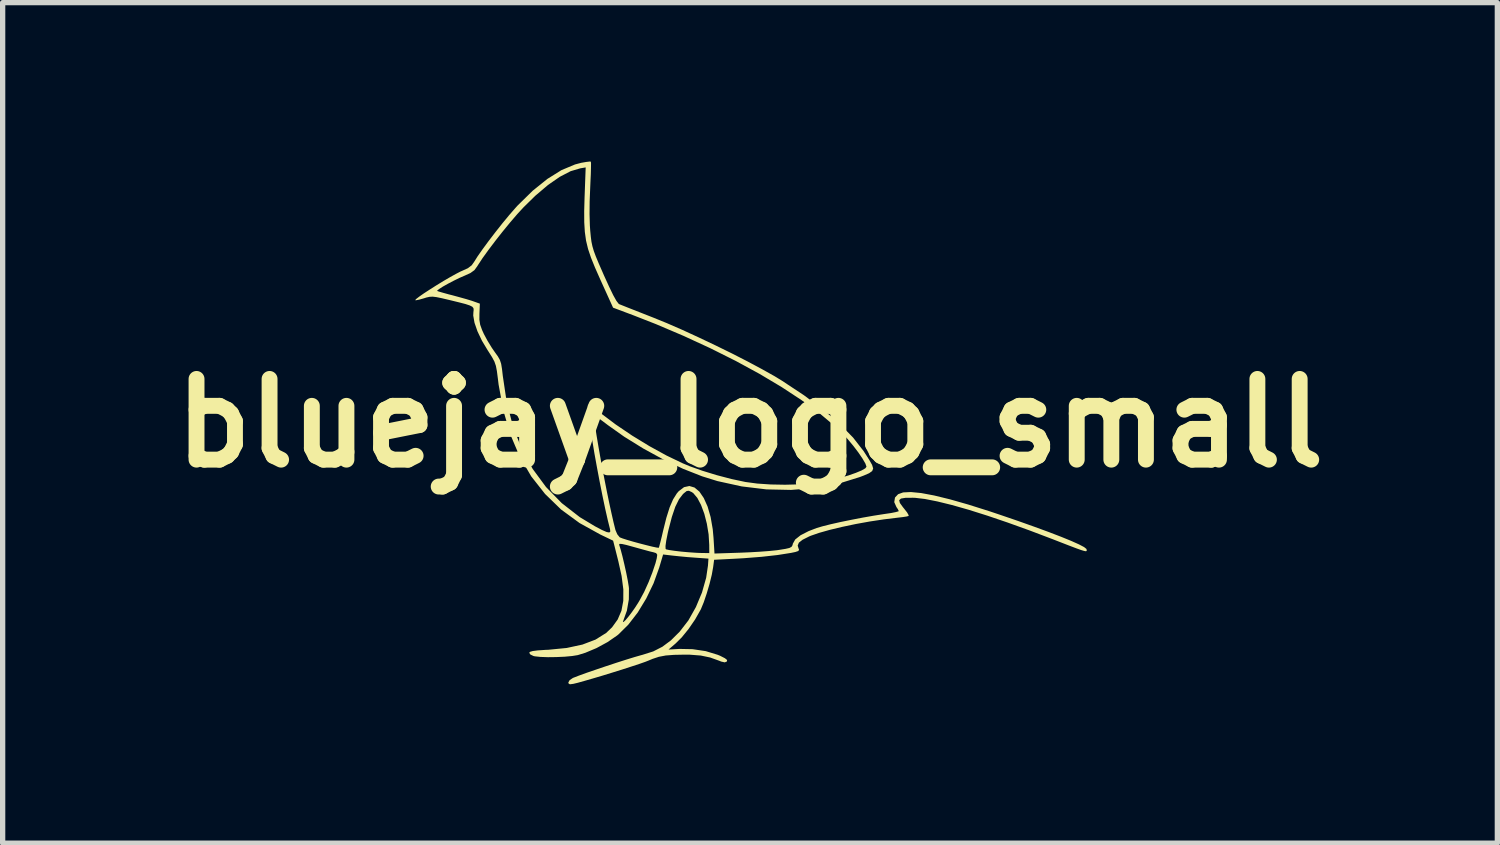
<source format=kicad_pcb>
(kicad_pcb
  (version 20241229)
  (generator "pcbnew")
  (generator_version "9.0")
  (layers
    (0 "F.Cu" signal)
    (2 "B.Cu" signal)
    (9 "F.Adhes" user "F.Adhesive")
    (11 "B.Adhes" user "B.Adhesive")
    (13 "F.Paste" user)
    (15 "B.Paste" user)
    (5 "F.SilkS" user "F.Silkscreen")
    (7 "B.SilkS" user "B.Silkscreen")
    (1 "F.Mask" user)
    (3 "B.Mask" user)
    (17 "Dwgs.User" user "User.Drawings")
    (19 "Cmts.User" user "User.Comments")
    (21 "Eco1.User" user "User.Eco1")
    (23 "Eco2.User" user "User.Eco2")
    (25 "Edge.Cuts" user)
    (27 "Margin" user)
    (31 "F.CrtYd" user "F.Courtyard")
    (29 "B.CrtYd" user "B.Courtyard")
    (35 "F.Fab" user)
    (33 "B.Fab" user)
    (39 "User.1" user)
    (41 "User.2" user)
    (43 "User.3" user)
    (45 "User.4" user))
  (footprint "bluejay_logo_small"
    (layer "F.Cu")
    (at 11.111 4.939)
    (property "Reference" "bluejay_logo_small" (at 0 0 0) (layer "F.SilkS") (effects (font (size 1.524 1.524) (thickness 0.3))))
    (attr board_only exclude_from_pos_files exclude_from_bom)
    (fp_poly (pts (xy -3.005 -4.937) (xy -3.002 -4.904) (xy -3.003 -4.823) (xy -3.006 -4.702) (xy -3.013 -4.553) (xy -3.018 -4.435) (xy -3.028 -4.187) (xy -3.03 -3.946) (xy -3.024 -3.734) (xy -3.017 -3.631) (xy -3.006 -3.518) (xy -2.994 -3.425) (xy -2.976 -3.34) (xy -2.95 -3.251) (xy -2.911 -3.146) (xy -2.856 -3.014) (xy -2.781 -2.843) (xy -2.759 -2.792) (xy -2.661 -2.577) (xy -2.583 -2.416) (xy -2.523 -2.309) (xy -2.48 -2.253) (xy -2.469 -2.246) (xy -2.424 -2.228) (xy -2.334 -2.192) (xy -2.207 -2.142) (xy -2.052 -2.081) (xy -1.879 -2.013) (xy -1.833 -1.995) (xy -1.57 -1.888) (xy -1.279 -1.761) (xy -0.97 -1.619) (xy -0.654 -1.469) (xy -0.342 -1.316) (xy -0.045 -1.164) (xy 0.226 -1.019) (xy 0.462 -0.887) (xy 0.606 -0.799) (xy 1.02 -0.525) (xy 1.383 -0.254) (xy 1.692 0.013) (xy 1.946 0.273) (xy 2.143 0.526) (xy 2.162 0.555) (xy 2.25 0.692) (xy 2.305 0.789) (xy 2.325 0.857) (xy 2.306 0.905) (xy 2.248 0.946) (xy 2.149 0.989) (xy 2.07 1.019) (xy 1.664 1.145) (xy 1.23 1.226) (xy 0.775 1.261) (xy 0.31 1.251) (xy -0.156 1.195) (xy -0.616 1.094) (xy -0.905 1.004) (xy -1.263 0.863) (xy -1.639 0.685) (xy -2.016 0.479) (xy -2.376 0.256) (xy -2.683 0.038) (xy -2.785 -0.039) (xy -2.869 -0.1) (xy -2.924 -0.139) (xy -2.94 -0.148) (xy -2.944 -0.12) (xy -2.938 -0.042) (xy -2.921 0.079) (xy -2.897 0.236) (xy -2.866 0.42) (xy -2.83 0.626) (xy -2.79 0.844) (xy -2.747 1.068) (xy -2.703 1.291) (xy -2.659 1.504) (xy -2.616 1.701) (xy -2.577 1.873) (xy -2.542 2.014) (xy -2.541 2.018) (xy -2.507 2.098) (xy -2.462 2.154) (xy -2.453 2.159) (xy -2.404 2.178) (xy -2.316 2.206) (xy -2.203 2.239) (xy -2.078 2.273) (xy -1.954 2.305) (xy -1.845 2.332) (xy -1.764 2.349) (xy -1.724 2.354) (xy -1.723 2.353) (xy -1.712 2.322) (xy -1.712 2.32) (xy -1.596 2.32) (xy -1.594 2.373) (xy -1.585 2.383) (xy -1.526 2.396) (xy -1.424 2.411) (xy -1.297 2.426) (xy -1.161 2.438) (xy -1.032 2.447) (xy -0.954 2.451) (xy -0.769 2.454) (xy -0.77 2.299) (xy -0.782 2.1) (xy -0.815 1.9) (xy -0.863 1.712) (xy -0.925 1.545) (xy -0.995 1.412) (xy -1.071 1.322) (xy -1.1 1.302) (xy -1.155 1.277) (xy -1.196 1.282) (xy -1.248 1.323) (xy -1.267 1.341) (xy -1.341 1.437) (xy -1.411 1.579) (xy -1.476 1.771) (xy -1.54 2.017) (xy -1.551 2.065) (xy -1.582 2.218) (xy -1.596 2.32) (xy -1.712 2.32) (xy -1.692 2.245) (xy -1.665 2.136) (xy -1.642 2.036) (xy -1.58 1.788) (xy -1.518 1.591) (xy -1.453 1.44) (xy -1.382 1.327) (xy -1.347 1.286) (xy -1.246 1.209) (xy -1.145 1.187) (xy -1.048 1.216) (xy -0.956 1.293) (xy -0.873 1.415) (xy -0.801 1.576) (xy -0.744 1.773) (xy -0.704 2.003) (xy -0.689 2.17) (xy -0.671 2.462) (xy -0.18 2.446) (xy 0.007 2.438) (xy 0.195 2.427) (xy 0.366 2.414) (xy 0.504 2.4) (xy 0.552 2.393) (xy 0.67 2.374) (xy 0.743 2.357) (xy 0.783 2.336) (xy 0.802 2.305) (xy 0.809 2.275) (xy 0.853 2.197) (xy 0.954 2.117) (xy 1.106 2.039) (xy 1.259 1.98) (xy 1.368 1.948) (xy 1.523 1.909) (xy 1.709 1.867) (xy 1.915 1.825) (xy 2.127 1.784) (xy 2.332 1.748) (xy 2.517 1.719) (xy 2.55 1.714) (xy 2.665 1.697) (xy 2.754 1.679) (xy 2.803 1.665) (xy 2.808 1.66) (xy 2.791 1.624) (xy 2.764 1.584) (xy 2.723 1.492) (xy 2.737 1.405) (xy 2.796 1.342) (xy 2.891 1.308) (xy 3.037 1.301) (xy 3.231 1.32) (xy 3.477 1.366) (xy 3.772 1.438) (xy 4.12 1.537) (xy 4.519 1.663) (xy 4.716 1.729) (xy 5.058 1.846) (xy 5.367 1.956) (xy 5.64 2.056) (xy 5.874 2.146) (xy 6.065 2.224) (xy 6.21 2.289) (xy 6.307 2.34) (xy 6.351 2.375) (xy 6.353 2.38) (xy 6.357 2.4) (xy 6.355 2.414) (xy 6.341 2.419) (xy 6.308 2.413) (xy 6.251 2.396) (xy 6.162 2.364) (xy 6.035 2.316) (xy 5.865 2.25) (xy 5.708 2.189) (xy 5.275 2.025) (xy 4.864 1.877) (xy 4.481 1.747) (xy 4.129 1.636) (xy 3.812 1.546) (xy 3.535 1.478) (xy 3.301 1.432) (xy 3.116 1.41) (xy 3.076 1.409) (xy 2.936 1.41) (xy 2.85 1.424) (xy 2.816 1.455) (xy 2.829 1.507) (xy 2.886 1.586) (xy 2.912 1.618) (xy 2.966 1.687) (xy 2.994 1.737) (xy 2.994 1.753) (xy 2.955 1.763) (xy 2.875 1.775) (xy 2.78 1.786) (xy 2.527 1.817) (xy 2.262 1.857) (xy 1.996 1.905) (xy 1.74 1.959) (xy 1.506 2.015) (xy 1.304 2.072) (xy 1.148 2.126) (xy 1.115 2.14) (xy 0.992 2.202) (xy 0.922 2.257) (xy 0.9 2.312) (xy 0.914 2.36) (xy 0.926 2.393) (xy 0.91 2.415) (xy 0.856 2.433) (xy 0.775 2.45) (xy 0.522 2.49) (xy 0.219 2.524) (xy -0.127 2.551) (xy -0.287 2.56) (xy -0.678 2.58) (xy -0.696 2.717) (xy -0.722 2.863) (xy -0.765 3.037) (xy -0.818 3.217) (xy -0.874 3.383) (xy -0.928 3.514) (xy -0.935 3.527) (xy -1.037 3.707) (xy -1.16 3.886) (xy -1.289 4.045) (xy -1.405 4.16) (xy -1.539 4.275) (xy -1.332 4.263) (xy -1.084 4.268) (xy -0.836 4.305) (xy -0.613 4.373) (xy -0.564 4.393) (xy -0.474 4.439) (xy -0.433 4.472) (xy -0.436 4.498) (xy -0.437 4.5) (xy -0.477 4.517) (xy -0.544 4.502) (xy -0.583 4.486) (xy -0.753 4.425) (xy -0.93 4.388) (xy -1.136 4.372) (xy -1.232 4.371) (xy -1.433 4.375) (xy -1.591 4.387) (xy -1.722 4.412) (xy -1.84 4.451) (xy -1.907 4.479) (xy -1.975 4.506) (xy -2.089 4.546) (xy -2.238 4.595) (xy -2.411 4.651) (xy -2.597 4.709) (xy -2.785 4.767) (xy -2.964 4.82) (xy -3.123 4.866) (xy -3.251 4.902) (xy -3.334 4.922) (xy -3.401 4.931) (xy -3.427 4.915) (xy -3.43 4.895) (xy -3.405 4.852) (xy -3.344 4.811) (xy -3.334 4.807) (xy -3.231 4.767) (xy -3.085 4.714) (xy -2.91 4.654) (xy -2.718 4.589) (xy -2.524 4.525) (xy -2.34 4.466) (xy -2.181 4.417) (xy -2.059 4.382) (xy -2.029 4.374) (xy -1.827 4.31) (xy -1.655 4.222) (xy -1.494 4.102) (xy -1.328 3.937) (xy -1.164 3.725) (xy -1.022 3.473) (xy -0.907 3.198) (xy -0.828 2.919) (xy -0.794 2.689) (xy -0.785 2.558) (xy -1.035 2.54) (xy -1.181 2.529) (xy -1.33 2.515) (xy -1.453 2.502) (xy -1.464 2.501) (xy -1.641 2.48) (xy -1.714 2.726) (xy -1.821 3.024) (xy -1.959 3.31) (xy -2.12 3.575) (xy -2.298 3.805) (xy -2.485 3.99) (xy -2.51 4.01) (xy -2.69 4.134) (xy -2.898 4.247) (xy -3.11 4.336) (xy -3.253 4.38) (xy -3.359 4.397) (xy -3.5 4.41) (xy -3.658 4.417) (xy -3.816 4.419) (xy -3.957 4.414) (xy -4.062 4.403) (xy -4.088 4.397) (xy -4.147 4.369) (xy -4.169 4.336) (xy -4.154 4.318) (xy -4.102 4.303) (xy -4.007 4.291) (xy -3.862 4.281) (xy -3.807 4.279) (xy -3.461 4.245) (xy -3.164 4.181) (xy -2.917 4.087) (xy -2.717 3.962) (xy -2.605 3.855) (xy -2.499 3.708) (xy -2.428 3.543) (xy -2.393 3.356) (xy -2.392 3.139) (xy -2.425 2.885) (xy -2.486 2.61) (xy -2.566 2.292) (xy -2.472 2.292) (xy -2.47 2.299) (xy -2.443 2.386) (xy -2.409 2.514) (xy -2.373 2.666) (xy -2.338 2.823) (xy -2.309 2.968) (xy -2.29 3.084) (xy -2.286 3.119) (xy -2.288 3.328) (xy -2.325 3.541) (xy -2.386 3.711) (xy -2.4 3.753) (xy -2.387 3.754) (xy -2.352 3.721) (xy -2.301 3.661) (xy -2.239 3.58) (xy -2.173 3.487) (xy -2.109 3.387) (xy -2.083 3.343) (xy -1.999 3.187) (xy -1.916 3.004) (xy -1.842 2.815) (xy -1.784 2.642) (xy -1.761 2.551) (xy -1.752 2.485) (xy -1.773 2.454) (xy -1.824 2.438) (xy -1.888 2.423) (xy -1.991 2.395) (xy -2.118 2.36) (xy -2.197 2.338) (xy -2.331 2.301) (xy -2.416 2.282) (xy -2.461 2.279) (xy -2.472 2.292) (xy -2.566 2.292) (xy -2.585 2.219) (xy -2.827 2.103) (xy -3.219 1.886) (xy -3.567 1.631) (xy -3.87 1.337) (xy -4.131 1.005) (xy -4.348 0.633) (xy -4.523 0.221) (xy -4.656 -0.232) (xy -4.747 -0.727) (xy -4.761 -0.842) (xy -4.779 -0.981) (xy -4.798 -1.081) (xy -4.826 -1.162) (xy -4.871 -1.246) (xy -4.938 -1.352) (xy -4.953 -1.375) (xy -5.061 -1.555) (xy -5.146 -1.733) (xy -5.202 -1.895) (xy -5.226 -2.031) (xy -5.223 -2.093) (xy -5.218 -2.137) (xy -5.222 -2.171) (xy -5.244 -2.198) (xy -5.292 -2.222) (xy -5.373 -2.249) (xy -5.497 -2.281) (xy -5.669 -2.323) (xy -5.673 -2.324) (xy -5.817 -2.358) (xy -5.919 -2.379) (xy -5.992 -2.388) (xy -6.05 -2.385) (xy -6.109 -2.372) (xy -6.159 -2.356) (xy -6.245 -2.332) (xy -6.305 -2.32) (xy -6.322 -2.321) (xy -6.306 -2.342) (xy -6.248 -2.387) (xy -6.158 -2.45) (xy -6.087 -2.496) (xy -5.907 -2.496) (xy -5.875 -2.484) (xy -5.799 -2.462) (xy -5.691 -2.432) (xy -5.616 -2.413) (xy -5.48 -2.376) (xy -5.351 -2.34) (xy -5.25 -2.309) (xy -5.219 -2.298) (xy -5.101 -2.256) (xy -5.109 -2.067) (xy -5.11 -1.952) (xy -5.095 -1.858) (xy -5.059 -1.758) (xy -5.026 -1.685) (xy -4.958 -1.558) (xy -4.876 -1.424) (xy -4.816 -1.337) (xy -4.76 -1.259) (xy -4.723 -1.193) (xy -4.699 -1.12) (xy -4.683 -1.023) (xy -4.668 -0.893) (xy -4.594 -0.395) (xy -4.475 0.064) (xy -4.312 0.484) (xy -4.104 0.864) (xy -3.852 1.206) (xy -3.555 1.51) (xy -3.214 1.775) (xy -2.927 1.948) (xy -2.796 2.017) (xy -2.707 2.056) (xy -2.657 2.065) (xy -2.638 2.047) (xy -2.643 2.003) (xy -2.686 1.831) (xy -2.735 1.614) (xy -2.787 1.366) (xy -2.84 1.1) (xy -2.891 0.83) (xy -2.938 0.571) (xy -2.977 0.335) (xy -3.007 0.136) (xy -3.015 0.074) (xy -3.031 -0.056) (xy -3.046 -0.171) (xy -3.058 -0.255) (xy -3.06 -0.274) (xy -3.063 -0.332) (xy -3.05 -0.355) (xy -3.018 -0.337) (xy -2.952 -0.291) (xy -2.864 -0.224) (xy -2.822 -0.19) (xy -2.538 0.024) (xy -2.226 0.235) (xy -1.9 0.434) (xy -1.576 0.612) (xy -1.27 0.759) (xy -1.138 0.814) (xy -0.9 0.899) (xy -0.629 0.982) (xy -0.351 1.055) (xy -0.092 1.11) (xy -0.08 1.112) (xy 0.136 1.141) (xy 0.39 1.158) (xy 0.662 1.163) (xy 0.933 1.156) (xy 1.182 1.137) (xy 1.36 1.113) (xy 1.529 1.078) (xy 1.698 1.035) (xy 1.857 0.988) (xy 1.997 0.939) (xy 2.107 0.893) (xy 2.177 0.853) (xy 2.199 0.823) (xy 2.178 0.763) (xy 2.124 0.67) (xy 2.046 0.555) (xy 1.951 0.43) (xy 1.847 0.305) (xy 1.821 0.276) (xy 1.59 0.047) (xy 1.306 -0.191) (xy 0.973 -0.434) (xy 0.597 -0.681) (xy 0.181 -0.929) (xy -0.269 -1.174) (xy -0.749 -1.414) (xy -1.254 -1.647) (xy -1.778 -1.87) (xy -2.205 -2.037) (xy -2.586 -2.18) (xy -2.83 -2.718) (xy -2.927 -2.937) (xy -3.002 -3.122) (xy -3.058 -3.288) (xy -3.096 -3.446) (xy -3.119 -3.61) (xy -3.13 -3.791) (xy -3.131 -4.004) (xy -3.124 -4.261) (xy -3.122 -4.314) (xy -3.103 -4.828) (xy -3.204 -4.811) (xy -3.387 -4.757) (xy -3.591 -4.651) (xy -3.815 -4.496) (xy -4.054 -4.293) (xy -4.276 -4.075) (xy -4.394 -3.947) (xy -4.528 -3.791) (xy -4.67 -3.618) (xy -4.81 -3.44) (xy -4.94 -3.268) (xy -5.051 -3.114) (xy -5.133 -2.989) (xy -5.15 -2.962) (xy -5.203 -2.889) (xy -5.279 -2.834) (xy -5.389 -2.784) (xy -5.486 -2.742) (xy -5.594 -2.689) (xy -5.703 -2.632) (xy -5.799 -2.578) (xy -5.87 -2.532) (xy -5.906 -2.503) (xy -5.907 -2.496) (xy -6.087 -2.496) (xy -6.044 -2.524) (xy -5.918 -2.604) (xy -5.787 -2.684) (xy -5.662 -2.757) (xy -5.552 -2.818) (xy -5.467 -2.862) (xy -5.439 -2.874) (xy -5.327 -2.925) (xy -5.255 -2.98) (xy -5.206 -3.05) (xy -5.143 -3.15) (xy -5.049 -3.284) (xy -4.935 -3.439) (xy -4.807 -3.606) (xy -4.675 -3.773) (xy -4.547 -3.928) (xy -4.432 -4.06) (xy -4.387 -4.11) (xy -4.102 -4.389) (xy -3.826 -4.611) (xy -3.56 -4.777) (xy -3.304 -4.884) (xy -3.187 -4.915) (xy -3.094 -4.931) (xy -3.028 -4.939)) (stroke (width 0) (type solid)) (fill yes) (layer "F.SilkS")))
  (gr_rect
    (start -3 -3)
    (end 25.221 12.87)
    (stroke (width 0.1) (type default))
    (fill no)
    (layer "Edge.Cuts")))
</source>
